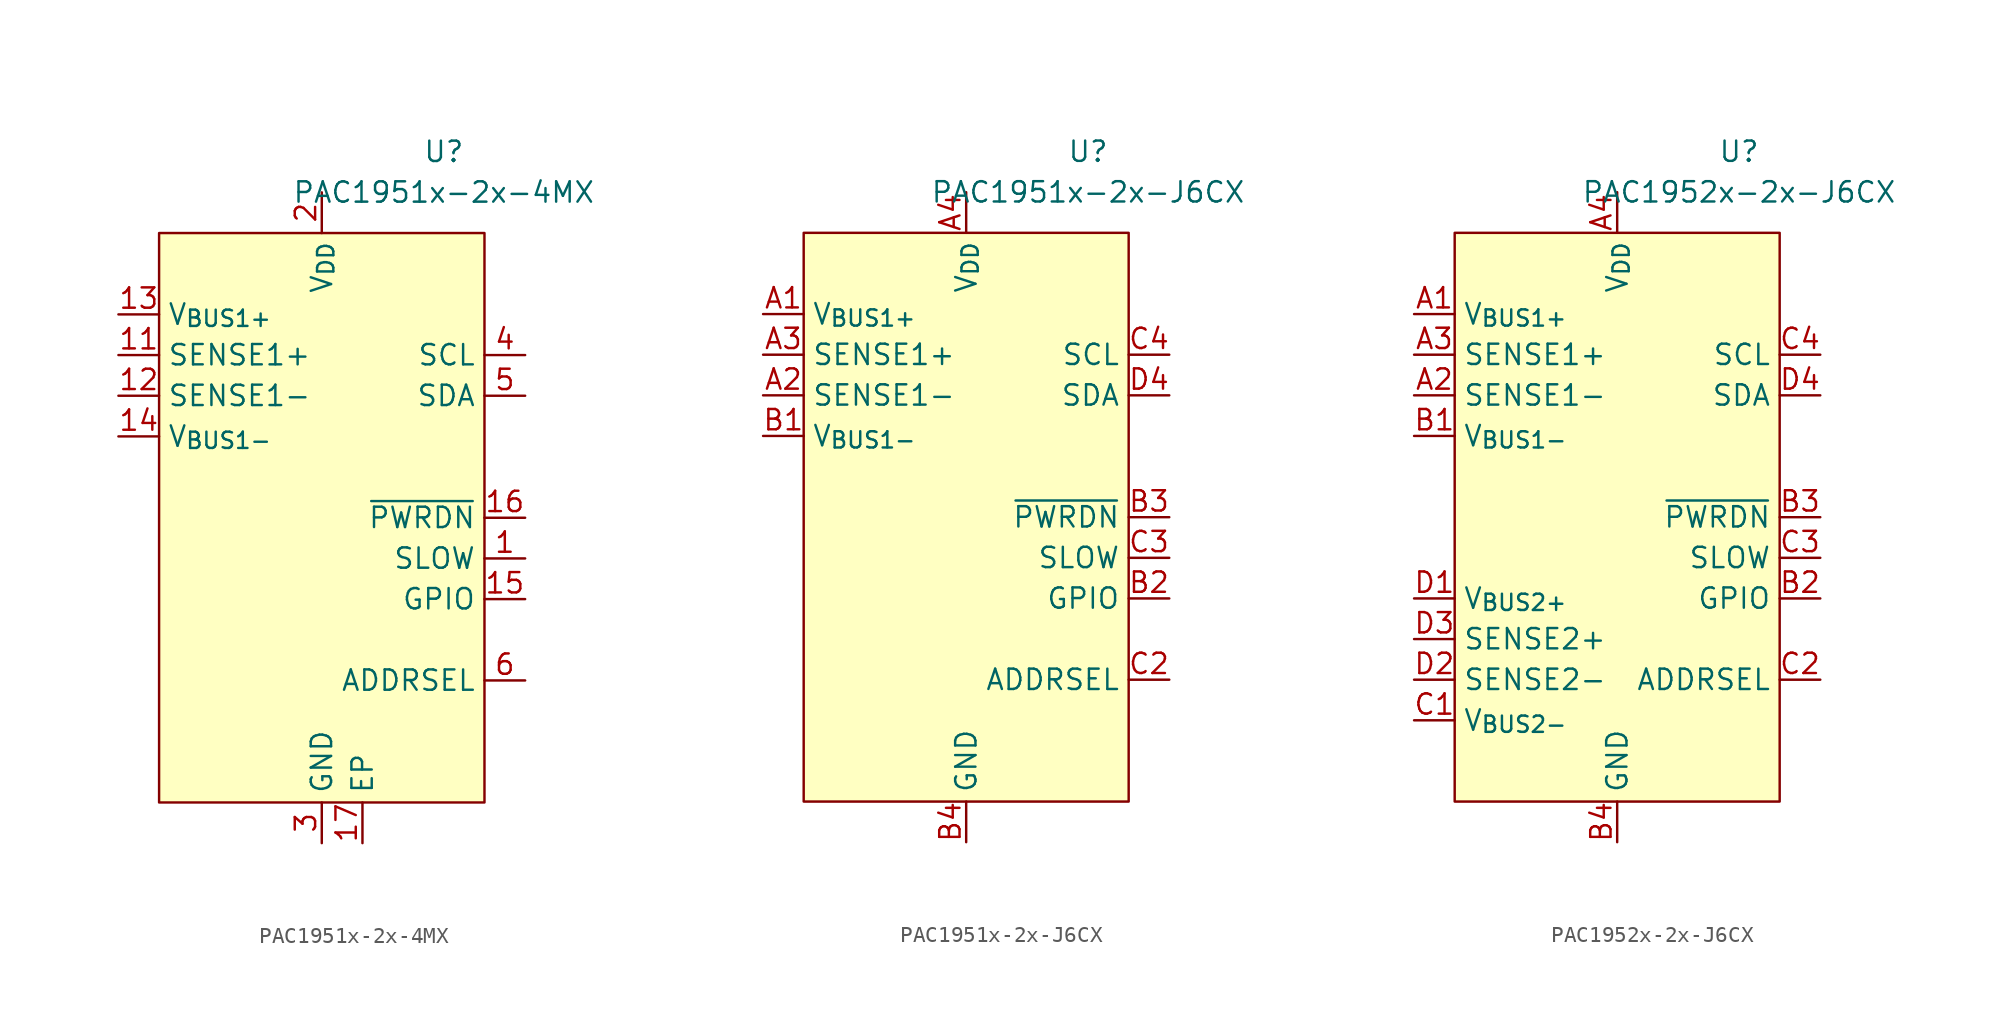
<source format=kicad_sym>
(kicad_symbol_lib
  (version 20211014)
  (generator kicad_symbol_editor)
  (symbol "PAC1951x-2x-4MX"
    (property "Reference" "U"
      (at 7.62 22.86 0)
      (effects (font (size 1.27 1.27))))
    (property "Value" "PAC1951x-2x-4MX"
      (at 7.62 20.32 0)
      (effects (font (size 1.27 1.27))))
    (symbol "PAC1951x-2x-4MX_0_0"
      (pin input line (at 12.7 -2.54 180) (length 2.54) (name "SLOW" (effects (font (size 1.27 1.27)))) (number "1" (effects (font (size 1.27 1.27)))) (alternate "GPIO" bidirectional line) (alternate "~{ALERT1}" open_collector line))
      (pin passive line (at 0 -20.32 90) (length 2.54) hide (name "GND" (effects (font (size 1.27 1.27)))) (number "10" (effects (font (size 1.27 1.27)))))
      (pin input line (at -12.7 10.16 0) (length 2.54) (name "SENSE1+" (effects (font (size 1.27 1.27)))) (number "11" (effects (font (size 1.27 1.27)))))
      (pin input line (at -12.7 7.62 0) (length 2.54) (name "SENSE1-" (effects (font (size 1.27 1.27)))) (number "12" (effects (font (size 1.27 1.27)))))
      (pin input line (at -12.7 12.7 0) (length 2.54) (name "V_{BUS1+}" (effects (font (size 1.27 1.27)))) (number "13" (effects (font (size 1.27 1.27)))))
      (pin input line (at -12.7 5.08 0) (length 2.54) (name "V_{BUS1-}" (effects (font (size 1.27 1.27)))) (number "14" (effects (font (size 1.27 1.27)))))
      (pin bidirectional line (at 12.7 -5.08 180) (length 2.54) (name "GPIO" (effects (font (size 1.27 1.27)))) (number "15" (effects (font (size 1.27 1.27)))) (alternate "~{ALERT2}" open_collector line))
      (pin input line (at 12.7 0 180) (length 2.54) (name "~{PWRDN}" (effects (font (size 1.27 1.27)))) (number "16" (effects (font (size 1.27 1.27)))))
      (pin passive line (at 2.54 -20.32 90) (length 2.54) (name "EP" (effects (font (size 1.27 1.27)))) (number "17" (effects (font (size 1.27 1.27)))))
      (pin power_in line (at 0 20.32 270) (length 2.54) (name "V_{DD}" (effects (font (size 1.27 1.27)))) (number "2" (effects (font (size 1.27 1.27)))))
      (pin power_in line (at 0 -20.32 90) (length 2.54) (name "GND" (effects (font (size 1.27 1.27)))) (number "3" (effects (font (size 1.27 1.27)))))
      (pin input line (at 12.7 10.16 180) (length 2.54) (name "SCL" (effects (font (size 1.27 1.27)))) (number "4" (effects (font (size 1.27 1.27)))) (alternate "SM_CLK" input line))
      (pin bidirectional line (at 12.7 7.62 180) (length 2.54) (name "SDA" (effects (font (size 1.27 1.27)))) (number "5" (effects (font (size 1.27 1.27)))) (alternate "SM_DATA" bidirectional line))
      (pin passive line (at 12.7 -10.16 180) (length 2.54) (name "ADDRSEL" (effects (font (size 1.27 1.27)))) (number "6" (effects (font (size 1.27 1.27)))))
      (pin passive line (at 0 -20.32 90) (length 2.54) hide (name "GND" (effects (font (size 1.27 1.27)))) (number "7" (effects (font (size 1.27 1.27)))))
      (pin passive line (at 0 -20.32 90) (length 2.54) hide (name "GND" (effects (font (size 1.27 1.27)))) (number "8" (effects (font (size 1.27 1.27)))))
      (pin passive line (at 0 -20.32 90) (length 2.54) hide (name "GND" (effects (font (size 1.27 1.27)))) (number "9" (effects (font (size 1.27 1.27))))))
    (symbol "PAC1951x-2x-4MX_0_1"
      (rectangle (start -10.16 17.78) (end 10.16 -17.78) (stroke (width 0) (type default) (color 0 0 0 0)) (fill (type background)))))
  (symbol "PAC1951x-2x-J6CX"
    (property "Reference" "U"
      (at 7.62 22.86 0)
      (effects (font (size 1.27 1.27))))
    (property "Value" "PAC1951x-2x-J6CX"
      (at 7.62 20.32 0)
      (effects (font (size 1.27 1.27))))
    (symbol "PAC1951x-2x-J6CX_0_0"
      (pin input line (at -12.7 12.7 0) (length 2.54) (name "V_{BUS1+}" (effects (font (size 1.27 1.27)))) (number "A1" (effects (font (size 1.27 1.27)))))
      (pin input line (at -12.7 7.62 0) (length 2.54) (name "SENSE1-" (effects (font (size 1.27 1.27)))) (number "A2" (effects (font (size 1.27 1.27)))))
      (pin input line (at -12.7 10.16 0) (length 2.54) (name "SENSE1+" (effects (font (size 1.27 1.27)))) (number "A3" (effects (font (size 1.27 1.27)))))
      (pin power_in line (at 0 20.32 270) (length 2.54) (name "V_{DD}" (effects (font (size 1.27 1.27)))) (number "A4" (effects (font (size 1.27 1.27)))))
      (pin input line (at -12.7 5.08 0) (length 2.54) (name "V_{BUS1-}" (effects (font (size 1.27 1.27)))) (number "B1" (effects (font (size 1.27 1.27)))))
      (pin bidirectional line (at 12.7 -5.08 180) (length 2.54) (name "GPIO" (effects (font (size 1.27 1.27)))) (number "B2" (effects (font (size 1.27 1.27)))) (alternate "~{ALERT2}" open_collector line))
      (pin input line (at 12.7 0 180) (length 2.54) (name "~{PWRDN}" (effects (font (size 1.27 1.27)))) (number "B3" (effects (font (size 1.27 1.27)))))
      (pin power_in line (at 0 -20.32 90) (length 2.54) (name "GND" (effects (font (size 1.27 1.27)))) (number "B4" (effects (font (size 1.27 1.27)))))
      (pin passive line (at 0 -20.32 90) (length 2.54) hide (name "GND" (effects (font (size 1.27 1.27)))) (number "C1" (effects (font (size 1.27 1.27)))))
      (pin passive line (at 12.7 -10.16 180) (length 2.54) (name "ADDRSEL" (effects (font (size 1.27 1.27)))) (number "C2" (effects (font (size 1.27 1.27)))))
      (pin input line (at 12.7 -2.54 180) (length 2.54) (name "SLOW" (effects (font (size 1.27 1.27)))) (number "C3" (effects (font (size 1.27 1.27)))) (alternate "GPIO" bidirectional line) (alternate "~{ALERT1}" open_collector line))
      (pin input line (at 12.7 10.16 180) (length 2.54) (name "SCL" (effects (font (size 1.27 1.27)))) (number "C4" (effects (font (size 1.27 1.27)))) (alternate "SM_CLK" input line))
      (pin passive line (at 0 -20.32 90) (length 2.54) hide (name "GND" (effects (font (size 1.27 1.27)))) (number "D1" (effects (font (size 1.27 1.27)))))
      (pin passive line (at 0 -20.32 90) (length 2.54) hide (name "GND" (effects (font (size 1.27 1.27)))) (number "D2" (effects (font (size 1.27 1.27)))))
      (pin passive line (at 0 -20.32 90) (length 2.54) hide (name "GND" (effects (font (size 1.27 1.27)))) (number "D3" (effects (font (size 1.27 1.27)))))
      (pin bidirectional line (at 12.7 7.62 180) (length 2.54) (name "SDA" (effects (font (size 1.27 1.27)))) (number "D4" (effects (font (size 1.27 1.27)))) (alternate "SM_DATA" bidirectional line)))
    (symbol "PAC1951x-2x-J6CX_0_1"
      (rectangle (start -10.16 17.78) (end 10.16 -17.78) (stroke (width 0) (type default) (color 0 0 0 0)) (fill (type background)))))
  (symbol "PAC1952x-2x-J6CX"
    (property "Reference" "U"
      (at 7.62 22.86 0)
      (effects (font (size 1.27 1.27))))
    (property "Value" "PAC1952x-2x-J6CX"
      (at 7.62 20.32 0)
      (effects (font (size 1.27 1.27))))
    (symbol "PAC1952x-2x-J6CX_0_0"
      (pin input line (at -12.7 12.7 0) (length 2.54) (name "V_{BUS1+}" (effects (font (size 1.27 1.27)))) (number "A1" (effects (font (size 1.27 1.27)))))
      (pin input line (at -12.7 7.62 0) (length 2.54) (name "SENSE1-" (effects (font (size 1.27 1.27)))) (number "A2" (effects (font (size 1.27 1.27)))))
      (pin input line (at -12.7 10.16 0) (length 2.54) (name "SENSE1+" (effects (font (size 1.27 1.27)))) (number "A3" (effects (font (size 1.27 1.27)))))
      (pin power_in line (at 0 20.32 270) (length 2.54) (name "V_{DD}" (effects (font (size 1.27 1.27)))) (number "A4" (effects (font (size 1.27 1.27)))))
      (pin input line (at -12.7 5.08 0) (length 2.54) (name "V_{BUS1-}" (effects (font (size 1.27 1.27)))) (number "B1" (effects (font (size 1.27 1.27)))))
      (pin bidirectional line (at 12.7 -5.08 180) (length 2.54) (name "GPIO" (effects (font (size 1.27 1.27)))) (number "B2" (effects (font (size 1.27 1.27)))) (alternate "~{ALERT2}" open_collector line))
      (pin input line (at 12.7 0 180) (length 2.54) (name "~{PWRDN}" (effects (font (size 1.27 1.27)))) (number "B3" (effects (font (size 1.27 1.27)))))
      (pin power_in line (at 0 -20.32 90) (length 2.54) (name "GND" (effects (font (size 1.27 1.27)))) (number "B4" (effects (font (size 1.27 1.27)))))
      (pin input line (at -12.7 -12.7 0) (length 2.54) (name "V_{BUS2-}" (effects (font (size 1.27 1.27)))) (number "C1" (effects (font (size 1.27 1.27)))))
      (pin passive line (at 12.7 -10.16 180) (length 2.54) (name "ADDRSEL" (effects (font (size 1.27 1.27)))) (number "C2" (effects (font (size 1.27 1.27)))))
      (pin input line (at 12.7 -2.54 180) (length 2.54) (name "SLOW" (effects (font (size 1.27 1.27)))) (number "C3" (effects (font (size 1.27 1.27)))) (alternate "GPIO" bidirectional line) (alternate "~{ALERT1}" open_collector line))
      (pin input line (at 12.7 10.16 180) (length 2.54) (name "SCL" (effects (font (size 1.27 1.27)))) (number "C4" (effects (font (size 1.27 1.27)))) (alternate "SM_CLK" input line))
      (pin input line (at -12.7 -5.08 0) (length 2.54) (name "V_{BUS2+}" (effects (font (size 1.27 1.27)))) (number "D1" (effects (font (size 1.27 1.27)))))
      (pin input line (at -12.7 -10.16 0) (length 2.54) (name "SENSE2-" (effects (font (size 1.27 1.27)))) (number "D2" (effects (font (size 1.27 1.27)))))
      (pin input line (at -12.7 -7.62 0) (length 2.54) (name "SENSE2+" (effects (font (size 1.27 1.27)))) (number "D3" (effects (font (size 1.27 1.27)))))
      (pin bidirectional line (at 12.7 7.62 180) (length 2.54) (name "SDA" (effects (font (size 1.27 1.27)))) (number "D4" (effects (font (size 1.27 1.27)))) (alternate "SM_DATA" bidirectional line)))
    (symbol "PAC1952x-2x-J6CX_0_1"
      (rectangle (start -10.16 17.78) (end 10.16 -17.78) (stroke (width 0) (type default) (color 0 0 0 0)) (fill (type background))))))
</source>
